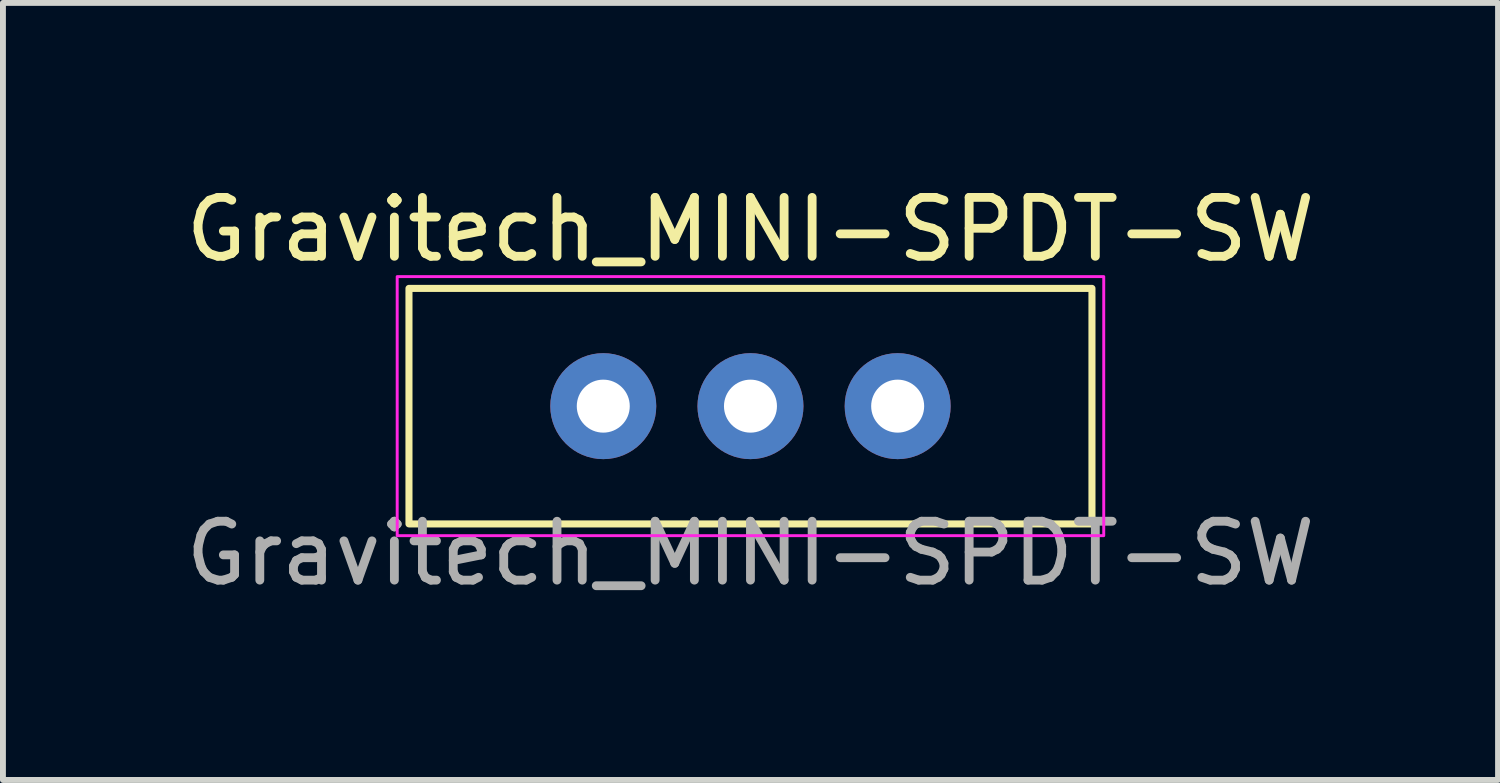
<source format=kicad_pcb>
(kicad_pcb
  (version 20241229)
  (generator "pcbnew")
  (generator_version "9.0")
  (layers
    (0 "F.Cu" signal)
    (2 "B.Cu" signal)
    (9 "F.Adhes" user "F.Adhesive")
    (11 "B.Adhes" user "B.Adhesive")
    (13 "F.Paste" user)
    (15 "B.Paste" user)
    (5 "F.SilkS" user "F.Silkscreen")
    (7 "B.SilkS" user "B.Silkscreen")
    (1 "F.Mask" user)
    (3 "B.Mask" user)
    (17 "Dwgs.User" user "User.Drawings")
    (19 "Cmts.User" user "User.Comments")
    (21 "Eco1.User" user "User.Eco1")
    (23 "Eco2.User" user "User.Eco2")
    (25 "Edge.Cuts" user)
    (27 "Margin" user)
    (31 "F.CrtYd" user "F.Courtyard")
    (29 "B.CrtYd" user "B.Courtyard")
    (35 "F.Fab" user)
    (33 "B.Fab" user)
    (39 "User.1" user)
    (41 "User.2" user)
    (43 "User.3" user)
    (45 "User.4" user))
  (footprint "Gravitech_MINI-SPDT-SW"
    (layer "F.Cu")
    (at 9.696 3.848)
    (property "Reference" "Gravitech_MINI-SPDT-SW" (at 0 -3 0) (unlocked yes) (layer "F.SilkS") (effects (font (size 1 1) (thickness 0.15))))
    (attr through_hole)
    (fp_rect (start -5.8 -2) (end 5.8 2) (stroke (width 0.12) (type default)) (fill no) (layer "F.SilkS"))
    (fp_rect (start -6 -2.2) (end 6 2.2) (stroke (width 0.05) (type default)) (fill no) (layer "F.CrtYd"))
    (fp_text user "${REFERENCE}" (at 0 2.5 0) (unlocked yes) (layer "F.Fab") (effects (font (size 1 1) (thickness 0.15))))
    (pad "1" thru_hole circle (at -2.5 0) (size 1.8 1.8) (drill 0.9) (layers "*.Cu" "*.Mask"))
    (pad "2" thru_hole circle (at 0 0) (size 1.8 1.8) (drill 0.9) (layers "*.Cu" "*.Mask"))
    (pad "3" thru_hole circle (at 2.5 0) (size 1.8 1.8) (drill 0.9) (layers "*.Cu" "*.Mask")))
  (gr_rect
    (start -3 -3)
    (end 22.393 10.197)
    (stroke (width 0.1) (type default))
    (fill no)
    (layer "Edge.Cuts")))
</source>
